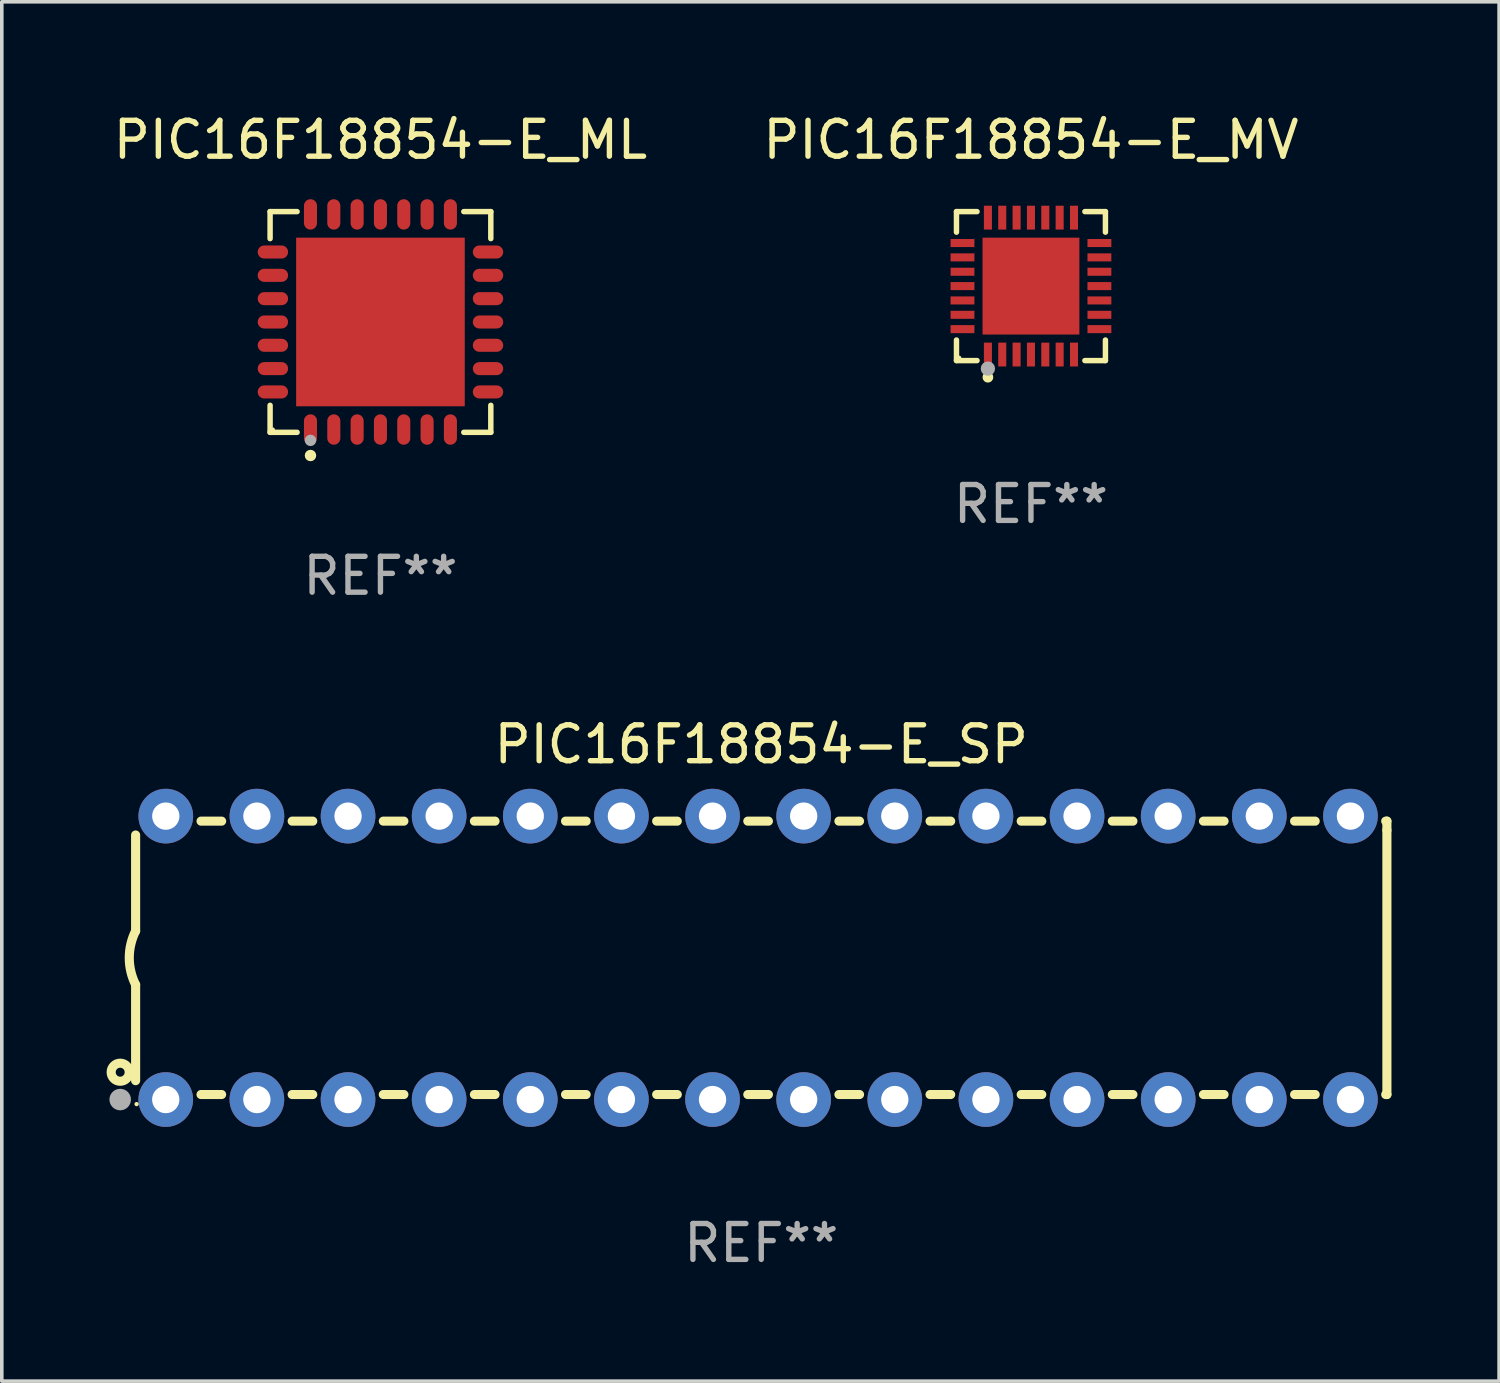
<source format=kicad_pcb>
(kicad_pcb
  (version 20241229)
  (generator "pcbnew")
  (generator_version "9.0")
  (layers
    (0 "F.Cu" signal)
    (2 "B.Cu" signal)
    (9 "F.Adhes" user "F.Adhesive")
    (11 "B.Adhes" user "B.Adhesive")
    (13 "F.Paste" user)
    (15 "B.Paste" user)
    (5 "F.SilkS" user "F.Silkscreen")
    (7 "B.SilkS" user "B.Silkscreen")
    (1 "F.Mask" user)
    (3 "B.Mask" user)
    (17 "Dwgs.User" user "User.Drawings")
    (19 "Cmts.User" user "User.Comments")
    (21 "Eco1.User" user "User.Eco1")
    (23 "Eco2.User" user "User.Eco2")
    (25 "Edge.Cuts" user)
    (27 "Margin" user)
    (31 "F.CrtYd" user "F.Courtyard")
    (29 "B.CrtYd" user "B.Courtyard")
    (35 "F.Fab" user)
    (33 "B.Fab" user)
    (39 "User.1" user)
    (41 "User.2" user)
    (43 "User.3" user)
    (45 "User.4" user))
  (footprint "PIC16F18854-E_SP"
    (layer "F.Cu")
    (at 18.168 23.647)
    (property "Reference" "PIC16F18854-E_SP" (at 0 -5.95 0) (layer "F.SilkS") (effects (font (size 1 1) (thickness 0.15))))
    (attr through_hole)
    (fp_line (start -17.438 0.75) (end -17.438 3.423) (stroke (width 0.254) (type solid)) (layer "F.SilkS"))
    (fp_line (start -17.438 -3.423) (end -17.438 -0.75) (stroke (width 0.254) (type solid)) (layer "F.SilkS"))
    (fp_line (start -15.615 3.81) (end -15.041 3.81) (stroke (width 0.254) (type solid)) (layer "F.SilkS"))
    (fp_line (start -15.041 -3.81) (end -15.614 -3.81) (stroke (width 0.254) (type solid)) (layer "F.SilkS"))
    (fp_line (start -13.075 3.81) (end -12.501 3.81) (stroke (width 0.254) (type solid)) (layer "F.SilkS"))
    (fp_line (start -12.501 -3.81) (end -13.074 -3.81) (stroke (width 0.254) (type solid)) (layer "F.SilkS"))
    (fp_line (start -10.535 3.81) (end -9.961 3.81) (stroke (width 0.254) (type solid)) (layer "F.SilkS"))
    (fp_line (start -9.961 -3.81) (end -10.534 -3.81) (stroke (width 0.254) (type solid)) (layer "F.SilkS"))
    (fp_line (start -7.995 3.81) (end -7.421 3.81) (stroke (width 0.254) (type solid)) (layer "F.SilkS"))
    (fp_line (start -7.421 -3.81) (end -7.995 -3.81) (stroke (width 0.254) (type solid)) (layer "F.SilkS"))
    (fp_line (start -5.455 3.81) (end -4.881 3.81) (stroke (width 0.254) (type solid)) (layer "F.SilkS"))
    (fp_line (start -4.881 -3.81) (end -5.455 -3.81) (stroke (width 0.254) (type solid)) (layer "F.SilkS"))
    (fp_line (start -2.915 3.81) (end -2.341 3.81) (stroke (width 0.254) (type solid)) (layer "F.SilkS"))
    (fp_line (start -2.341 -3.81) (end -2.915 -3.81) (stroke (width 0.254) (type solid)) (layer "F.SilkS"))
    (fp_line (start -0.375 3.81) (end 0.199 3.81) (stroke (width 0.254) (type solid)) (layer "F.SilkS"))
    (fp_line (start 0.199 -3.81) (end -0.375 -3.81) (stroke (width 0.254) (type solid)) (layer "F.SilkS"))
    (fp_line (start 2.165 3.81) (end 2.739 3.81) (stroke (width 0.254) (type solid)) (layer "F.SilkS"))
    (fp_line (start 2.739 -3.81) (end 2.165 -3.81) (stroke (width 0.254) (type solid)) (layer "F.SilkS"))
    (fp_line (start 4.705 3.81) (end 5.279 3.81) (stroke (width 0.254) (type solid)) (layer "F.SilkS"))
    (fp_line (start 5.279 -3.81) (end 4.705 -3.81) (stroke (width 0.254) (type solid)) (layer "F.SilkS"))
    (fp_line (start 7.245 3.81) (end 7.819 3.81) (stroke (width 0.254) (type solid)) (layer "F.SilkS"))
    (fp_line (start 7.819 -3.81) (end 7.245 -3.81) (stroke (width 0.254) (type solid)) (layer "F.SilkS"))
    (fp_line (start 9.785 3.81) (end 10.359 3.81) (stroke (width 0.254) (type solid)) (layer "F.SilkS"))
    (fp_line (start 10.359 -3.81) (end 9.785 -3.81) (stroke (width 0.254) (type solid)) (layer "F.SilkS"))
    (fp_line (start 12.325 3.81) (end 12.899 3.81) (stroke (width 0.254) (type solid)) (layer "F.SilkS"))
    (fp_line (start 12.899 -3.81) (end 12.325 -3.81) (stroke (width 0.254) (type solid)) (layer "F.SilkS"))
    (fp_line (start 14.865 3.81) (end 15.439 3.81) (stroke (width 0.254) (type solid)) (layer "F.SilkS"))
    (fp_line (start 15.439 -3.81) (end 14.865 -3.81) (stroke (width 0.254) (type solid)) (layer "F.SilkS"))
    (fp_line (start 17.405 3.81) (end 17.438 3.81) (stroke (width 0.254) (type solid)) (layer "F.SilkS"))
    (fp_line (start 17.438 -3.81) (end 17.405 -3.81) (stroke (width 0.254) (type solid)) (layer "F.SilkS"))
    (fp_line (start 17.438 -3.556) (end 17.438 -3.81) (stroke (width 0.254) (type solid)) (layer "F.SilkS"))
    (fp_line (start 17.438 3.81) (end 17.438 -3.556) (stroke (width 0.254) (type solid)) (layer "F.SilkS"))
    (fp_arc (start -17.437986 0.749657) (mid -17.614887 -0.000024) (end -17.437783 -0.749657) (stroke (width 0.254001) (type solid)) (layer "F.SilkS"))
    (fp_circle (center -17.868 3.188) (end -17.743 3.188) (stroke (width 0.254) (type solid)) (fill no) (layer "F.SilkS"))
    (fp_circle (center -17.411 4.077) (end -17.381 4.077) (stroke (width 0.06) (type solid)) (fill no) (layer "F.SilkS"))
    (fp_circle (center -17.868 3.95) (end -17.718 3.95) (stroke (width 0.3) (type solid)) (fill no) (layer "F.Fab"))
    (fp_text user "REF**" (at 0 7.95 0) (layer "F.Fab") (effects (font (size 1 1) (thickness 0.15))))
    (pad "1" thru_hole circle (at -16.598 3.95) (size 1.524 1.524) (drill 0.762) (layers "*.Cu" "*.Mask"))
    (pad "2" thru_hole circle (at -14.058 3.95) (size 1.524 1.524) (drill 0.762) (layers "*.Cu" "*.Mask"))
    (pad "3" thru_hole circle (at -11.518 3.95) (size 1.524 1.524) (drill 0.762) (layers "*.Cu" "*.Mask"))
    (pad "4" thru_hole circle (at -8.978 3.95) (size 1.524 1.524) (drill 0.762) (layers "*.Cu" "*.Mask"))
    (pad "5" thru_hole circle (at -6.438 3.95) (size 1.524 1.524) (drill 0.762) (layers "*.Cu" "*.Mask"))
    (pad "6" thru_hole circle (at -3.898 3.95) (size 1.524 1.524) (drill 0.762) (layers "*.Cu" "*.Mask"))
    (pad "7" thru_hole circle (at -1.358 3.95) (size 1.524 1.524) (drill 0.762) (layers "*.Cu" "*.Mask"))
    (pad "8" thru_hole circle (at 1.182 3.95) (size 1.524 1.524) (drill 0.762) (layers "*.Cu" "*.Mask"))
    (pad "9" thru_hole circle (at 3.722 3.95) (size 1.524 1.524) (drill 0.762) (layers "*.Cu" "*.Mask"))
    (pad "10" thru_hole circle (at 6.262 3.95) (size 1.524 1.524) (drill 0.762) (layers "*.Cu" "*.Mask"))
    (pad "11" thru_hole circle (at 8.802 3.95) (size 1.524 1.524) (drill 0.762) (layers "*.Cu" "*.Mask"))
    (pad "12" thru_hole circle (at 11.342 3.95) (size 1.524 1.524) (drill 0.762) (layers "*.Cu" "*.Mask"))
    (pad "13" thru_hole circle (at 13.882 3.95) (size 1.524 1.524) (drill 0.762) (layers "*.Cu" "*.Mask"))
    (pad "14" thru_hole circle (at 16.422 3.95) (size 1.524 1.524) (drill 0.762) (layers "*.Cu" "*.Mask"))
    (pad "15" thru_hole circle (at 16.422 -3.95) (size 1.524 1.524) (drill 0.762) (layers "*.Cu" "*.Mask"))
    (pad "16" thru_hole circle (at 13.882 -3.95) (size 1.524 1.524) (drill 0.762) (layers "*.Cu" "*.Mask"))
    (pad "17" thru_hole circle (at 11.342 -3.95) (size 1.524 1.524) (drill 0.762) (layers "*.Cu" "*.Mask"))
    (pad "18" thru_hole circle (at 8.802 -3.95) (size 1.524 1.524) (drill 0.762) (layers "*.Cu" "*.Mask"))
    (pad "19" thru_hole circle (at 6.262 -3.95) (size 1.524 1.524) (drill 0.762) (layers "*.Cu" "*.Mask"))
    (pad "20" thru_hole circle (at 3.722 -3.95) (size 1.524 1.524) (drill 0.762) (layers "*.Cu" "*.Mask"))
    (pad "21" thru_hole circle (at 1.182 -3.95) (size 1.524 1.524) (drill 0.762) (layers "*.Cu" "*.Mask"))
    (pad "22" thru_hole circle (at -1.358 -3.95) (size 1.524 1.524) (drill 0.762) (layers "*.Cu" "*.Mask"))
    (pad "23" thru_hole circle (at -3.898 -3.95) (size 1.524 1.524) (drill 0.762) (layers "*.Cu" "*.Mask"))
    (pad "24" thru_hole circle (at -6.438 -3.95) (size 1.524 1.524) (drill 0.762) (layers "*.Cu" "*.Mask"))
    (pad "25" thru_hole circle (at -8.978 -3.95) (size 1.524 1.524) (drill 0.762) (layers "*.Cu" "*.Mask"))
    (pad "26" thru_hole circle (at -11.517 -3.95) (size 1.524 1.524) (drill 0.762) (layers "*.Cu" "*.Mask"))
    (pad "27" thru_hole circle (at -14.057 -3.95) (size 1.524 1.524) (drill 0.762) (layers "*.Cu" "*.Mask"))
    (pad "28" thru_hole circle (at -16.597 -3.95) (size 1.524 1.524) (drill 0.762) (layers "*.Cu" "*.Mask")))
  (footprint "PIC16F18854-E_ML"
    (layer "F.Cu")
    (at 7.554 5.924)
    (property "Reference" "PIC16F18854-E_ML" (at 0 -5.076 0) (layer "F.SilkS") (effects (font (size 1 1) (thickness 0.15))))
    (attr through_hole)
    (fp_line (start -3.076 -3.076) (end -2.323 -3.076) (stroke (width 0.152) (type solid)) (layer "F.SilkS"))
    (fp_line (start -3.076 -2.323) (end -3.076 -3.076) (stroke (width 0.152) (type solid)) (layer "F.SilkS"))
    (fp_line (start -3.076 2.323) (end -3.076 3.076) (stroke (width 0.152) (type solid)) (layer "F.SilkS"))
    (fp_line (start -3.076 3.076) (end -2.323 3.076) (stroke (width 0.152) (type solid)) (layer "F.SilkS"))
    (fp_line (start 3.076 -3.076) (end 2.323 -3.076) (stroke (width 0.152) (type solid)) (layer "F.SilkS"))
    (fp_line (start 3.076 -2.323) (end 3.076 -3.076) (stroke (width 0.152) (type solid)) (layer "F.SilkS"))
    (fp_line (start 3.076 2.323) (end 3.076 3.076) (stroke (width 0.152) (type solid)) (layer "F.SilkS"))
    (fp_line (start 3.076 3.076) (end 2.323 3.076) (stroke (width 0.152) (type solid)) (layer "F.SilkS"))
    (fp_circle (center -3 3) (end -2.97 3) (stroke (width 0.06) (type solid)) (fill no) (layer "F.SilkS"))
    (fp_circle (center -1.95 3.722) (end -1.87 3.722) (stroke (width 0.16) (type solid)) (fill no) (layer "F.SilkS"))
    (fp_circle (center -1.95 3.3) (end -1.87 3.3) (stroke (width 0.16) (type solid)) (fill no) (layer "F.Fab"))
    (fp_text user "REF**" (at 0 7.076 0) (layer "F.Fab") (effects (font (size 1 1) (thickness 0.15))))
    (pad "1" smd oval (at -1.95 2.998) (size 0.364 0.847) (layers "F.Cu" "F.Mask" "F.Paste"))
    (pad "2" smd oval (at -1.3 2.998) (size 0.364 0.847) (layers "F.Cu" "F.Mask" "F.Paste"))
    (pad "3" smd oval (at -0.65 2.998) (size 0.364 0.847) (layers "F.Cu" "F.Mask" "F.Paste"))
    (pad "4" smd oval (at 0 2.998) (size 0.364 0.847) (layers "F.Cu" "F.Mask" "F.Paste"))
    (pad "5" smd oval (at 0.65 2.998) (size 0.364 0.847) (layers "F.Cu" "F.Mask" "F.Paste"))
    (pad "6" smd oval (at 1.3 2.998) (size 0.364 0.847) (layers "F.Cu" "F.Mask" "F.Paste"))
    (pad "7" smd oval (at 1.95 2.998) (size 0.364 0.847) (layers "F.Cu" "F.Mask" "F.Paste"))
    (pad "8" smd oval (at 2.998 1.95) (size 0.847 0.364) (layers "F.Cu" "F.Mask" "F.Paste"))
    (pad "9" smd oval (at 2.998 1.3) (size 0.847 0.364) (layers "F.Cu" "F.Mask" "F.Paste"))
    (pad "10" smd oval (at 2.998 0.65) (size 0.847 0.364) (layers "F.Cu" "F.Mask" "F.Paste"))
    (pad "11" smd oval (at 2.998 0) (size 0.847 0.364) (layers "F.Cu" "F.Mask" "F.Paste"))
    (pad "12" smd oval (at 2.998 -0.65) (size 0.847 0.364) (layers "F.Cu" "F.Mask" "F.Paste"))
    (pad "13" smd oval (at 2.998 -1.3) (size 0.847 0.364) (layers "F.Cu" "F.Mask" "F.Paste"))
    (pad "14" smd oval (at 2.998 -1.95) (size 0.847 0.364) (layers "F.Cu" "F.Mask" "F.Paste"))
    (pad "15" smd oval (at 1.95 -2.998) (size 0.364 0.847) (layers "F.Cu" "F.Mask" "F.Paste"))
    (pad "16" smd oval (at 1.3 -2.998) (size 0.364 0.847) (layers "F.Cu" "F.Mask" "F.Paste"))
    (pad "17" smd oval (at 0.65 -2.998) (size 0.364 0.847) (layers "F.Cu" "F.Mask" "F.Paste"))
    (pad "18" smd oval (at 0 -2.998) (size 0.364 0.847) (layers "F.Cu" "F.Mask" "F.Paste"))
    (pad "19" smd oval (at -0.65 -2.998) (size 0.364 0.847) (layers "F.Cu" "F.Mask" "F.Paste"))
    (pad "20" smd oval (at -1.3 -2.998) (size 0.364 0.847) (layers "F.Cu" "F.Mask" "F.Paste"))
    (pad "21" smd oval (at -1.95 -2.998) (size 0.364 0.847) (layers "F.Cu" "F.Mask" "F.Paste"))
    (pad "22" smd oval (at -2.998 -1.95) (size 0.847 0.364) (layers "F.Cu" "F.Mask" "F.Paste"))
    (pad "23" smd oval (at -2.998 -1.3) (size 0.847 0.364) (layers "F.Cu" "F.Mask" "F.Paste"))
    (pad "24" smd oval (at -2.998 -0.65) (size 0.847 0.364) (layers "F.Cu" "F.Mask" "F.Paste"))
    (pad "25" smd oval (at -2.998 0) (size 0.847 0.364) (layers "F.Cu" "F.Mask" "F.Paste"))
    (pad "26" smd oval (at -2.998 0.65) (size 0.847 0.364) (layers "F.Cu" "F.Mask" "F.Paste"))
    (pad "27" smd oval (at -2.998 1.3) (size 0.847 0.364) (layers "F.Cu" "F.Mask" "F.Paste"))
    (pad "28" smd oval (at -2.998 1.95) (size 0.847 0.364) (layers "F.Cu" "F.Mask" "F.Paste"))
    (pad "29" smd rect (at 0 0) (size 4.7 4.7) (layers "F.Cu" "F.Mask" "F.Paste")))
  (footprint "PIC16F18854-E_MV"
    (layer "F.Cu")
    (at 25.685 4.924)
    (property "Reference" "PIC16F18854-E_MV" (at 0 -4.076 0) (layer "F.SilkS") (effects (font (size 1 1) (thickness 0.15))))
    (attr through_hole)
    (fp_line (start -2.076 -2.076) (end -1.503 -2.076) (stroke (width 0.152) (type solid)) (layer "F.SilkS"))
    (fp_line (start -2.076 -1.503) (end -2.076 -2.076) (stroke (width 0.152) (type solid)) (layer "F.SilkS"))
    (fp_line (start -2.076 1.503) (end -2.076 2.076) (stroke (width 0.152) (type solid)) (layer "F.SilkS"))
    (fp_line (start -2.076 2.076) (end -1.503 2.076) (stroke (width 0.152) (type solid)) (layer "F.SilkS"))
    (fp_line (start 2.076 -2.076) (end 1.503 -2.076) (stroke (width 0.152) (type solid)) (layer "F.SilkS"))
    (fp_line (start 2.076 -1.503) (end 2.076 -2.076) (stroke (width 0.152) (type solid)) (layer "F.SilkS"))
    (fp_line (start 2.076 1.503) (end 2.076 2.076) (stroke (width 0.152) (type solid)) (layer "F.SilkS"))
    (fp_line (start 2.076 2.076) (end 1.503 2.076) (stroke (width 0.152) (type solid)) (layer "F.SilkS"))
    (fp_circle (center -2 2) (end -1.97 2) (stroke (width 0.06) (type solid)) (fill no) (layer "F.SilkS"))
    (fp_circle (center -1.2 2.54) (end -1.125 2.54) (stroke (width 0.15) (type solid)) (fill no) (layer "F.SilkS"))
    (fp_circle (center -1.2 2.3) (end -1.1 2.3) (stroke (width 0.2) (type solid)) (fill no) (layer "F.Fab"))
    (fp_text user "REF**" (at 0 6.076 0) (layer "F.Fab") (effects (font (size 1 1) (thickness 0.15))))
    (pad "1" smd rect (at -1.2 1.908) (size 0.224 0.665) (layers "F.Cu" "F.Mask" "F.Paste"))
    (pad "2" smd rect (at -0.8 1.908) (size 0.224 0.665) (layers "F.Cu" "F.Mask" "F.Paste"))
    (pad "3" smd rect (at -0.4 1.908) (size 0.224 0.665) (layers "F.Cu" "F.Mask" "F.Paste"))
    (pad "4" smd rect (at 0 1.908) (size 0.224 0.665) (layers "F.Cu" "F.Mask" "F.Paste"))
    (pad "5" smd rect (at 0.4 1.908) (size 0.224 0.665) (layers "F.Cu" "F.Mask" "F.Paste"))
    (pad "6" smd rect (at 0.8 1.908) (size 0.224 0.665) (layers "F.Cu" "F.Mask" "F.Paste"))
    (pad "7" smd rect (at 1.2 1.908) (size 0.224 0.665) (layers "F.Cu" "F.Mask" "F.Paste"))
    (pad "8" smd rect (at 1.908 1.2) (size 0.665 0.224) (layers "F.Cu" "F.Mask" "F.Paste"))
    (pad "9" smd rect (at 1.908 0.8) (size 0.665 0.224) (layers "F.Cu" "F.Mask" "F.Paste"))
    (pad "10" smd rect (at 1.908 0.4) (size 0.665 0.224) (layers "F.Cu" "F.Mask" "F.Paste"))
    (pad "11" smd rect (at 1.908 0) (size 0.665 0.224) (layers "F.Cu" "F.Mask" "F.Paste"))
    (pad "12" smd rect (at 1.908 -0.4) (size 0.665 0.224) (layers "F.Cu" "F.Mask" "F.Paste"))
    (pad "13" smd rect (at 1.908 -0.8) (size 0.665 0.224) (layers "F.Cu" "F.Mask" "F.Paste"))
    (pad "14" smd rect (at 1.908 -1.2) (size 0.665 0.224) (layers "F.Cu" "F.Mask" "F.Paste"))
    (pad "15" smd rect (at 1.2 -1.908) (size 0.224 0.665) (layers "F.Cu" "F.Mask" "F.Paste"))
    (pad "16" smd rect (at 0.8 -1.908) (size 0.224 0.665) (layers "F.Cu" "F.Mask" "F.Paste"))
    (pad "17" smd rect (at 0.4 -1.908) (size 0.224 0.665) (layers "F.Cu" "F.Mask" "F.Paste"))
    (pad "18" smd rect (at 0 -1.908) (size 0.224 0.665) (layers "F.Cu" "F.Mask" "F.Paste"))
    (pad "19" smd rect (at -0.4 -1.908) (size 0.224 0.665) (layers "F.Cu" "F.Mask" "F.Paste"))
    (pad "20" smd rect (at -0.8 -1.908) (size 0.224 0.665) (layers "F.Cu" "F.Mask" "F.Paste"))
    (pad "21" smd rect (at -1.2 -1.908) (size 0.224 0.665) (layers "F.Cu" "F.Mask" "F.Paste"))
    (pad "22" smd rect (at -1.908 -1.2) (size 0.665 0.224) (layers "F.Cu" "F.Mask" "F.Paste"))
    (pad "23" smd rect (at -1.908 -0.8) (size 0.665 0.224) (layers "F.Cu" "F.Mask" "F.Paste"))
    (pad "24" smd rect (at -1.908 -0.4) (size 0.665 0.224) (layers "F.Cu" "F.Mask" "F.Paste"))
    (pad "25" smd rect (at -1.908 0) (size 0.665 0.224) (layers "F.Cu" "F.Mask" "F.Paste"))
    (pad "26" smd rect (at -1.908 0.4) (size 0.665 0.224) (layers "F.Cu" "F.Mask" "F.Paste"))
    (pad "27" smd rect (at -1.908 0.8) (size 0.665 0.224) (layers "F.Cu" "F.Mask" "F.Paste"))
    (pad "28" smd rect (at -1.908 1.2) (size 0.665 0.224) (layers "F.Cu" "F.Mask" "F.Paste"))
    (pad "29" smd rect (at 0 0) (size 2.7 2.7) (layers "F.Cu" "F.Mask" "F.Paste")))
  (gr_rect
    (start -3 -3)
    (end 38.733 35.445)
    (stroke (width 0.1) (type default))
    (fill no)
    (layer "Edge.Cuts")))
</source>
